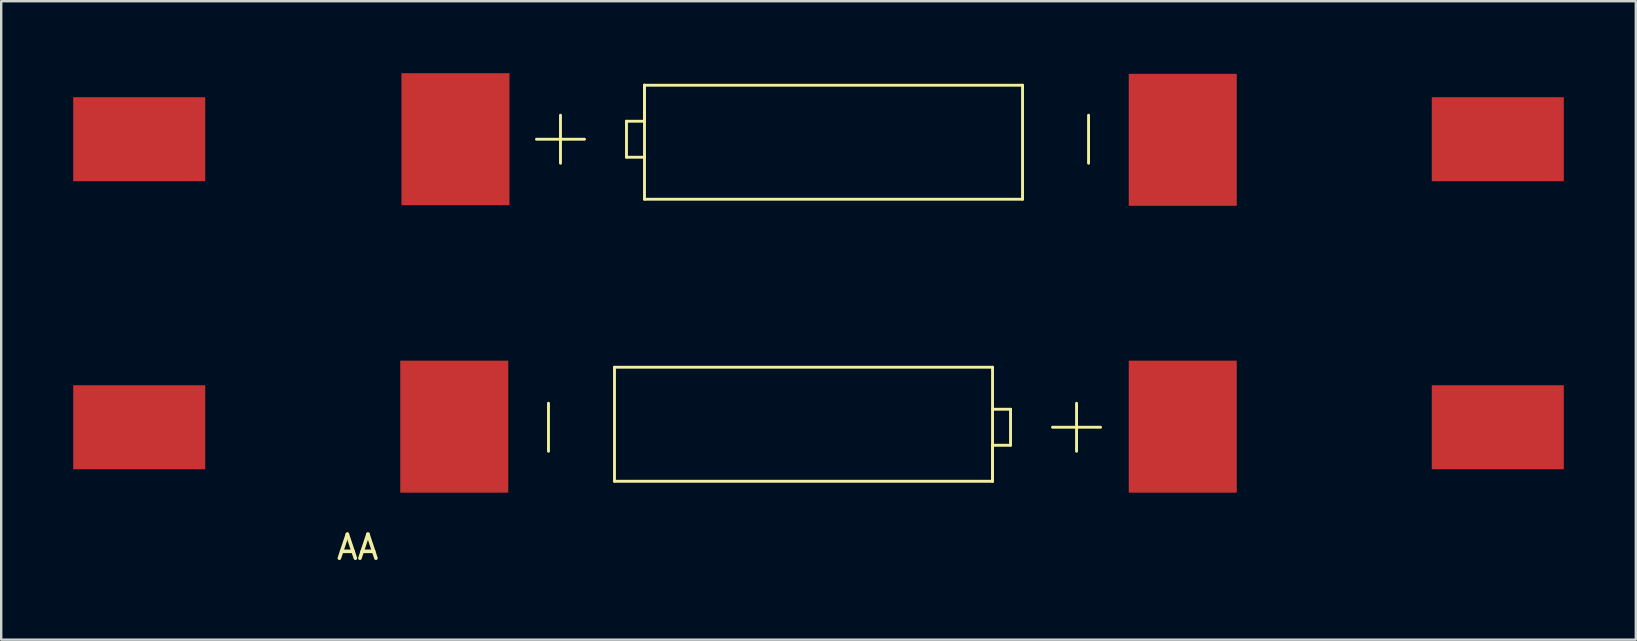
<source format=kicad_pcb>
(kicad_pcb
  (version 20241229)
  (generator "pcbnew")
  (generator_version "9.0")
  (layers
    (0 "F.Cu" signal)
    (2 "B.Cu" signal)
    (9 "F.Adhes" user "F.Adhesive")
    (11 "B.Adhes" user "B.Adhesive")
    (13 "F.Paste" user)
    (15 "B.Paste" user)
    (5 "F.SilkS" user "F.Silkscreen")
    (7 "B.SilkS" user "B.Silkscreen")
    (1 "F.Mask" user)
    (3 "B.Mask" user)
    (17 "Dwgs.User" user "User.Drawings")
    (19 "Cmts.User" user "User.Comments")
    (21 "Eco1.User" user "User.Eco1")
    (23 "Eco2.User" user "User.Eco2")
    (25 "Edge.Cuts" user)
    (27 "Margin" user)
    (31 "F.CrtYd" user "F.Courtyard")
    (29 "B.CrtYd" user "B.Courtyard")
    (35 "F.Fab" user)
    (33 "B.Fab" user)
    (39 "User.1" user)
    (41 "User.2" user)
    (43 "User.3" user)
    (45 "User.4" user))
  (footprint "AA"
    (layer "F.Cu")
    (at 31.05 5.75)
    (property "Reference" "AA" (at -19.2 14 0) (layer "F.SilkS") (effects (font (size 1 1) (thickness 0.15))))
    (attr through_hole)
    (fp_line (start -11.75 -3) (end -9.75 -3) (stroke (width 0.12) (type solid)) (layer "F.SilkS"))
    (fp_line (start -11.25 10) (end -11.25 8) (stroke (width 0.12) (type solid)) (layer "F.SilkS"))
    (fp_line (start -10.75 -4) (end -10.75 -2) (stroke (width 0.12) (type solid)) (layer "F.SilkS"))
    (fp_line (start -8.5 6.5) (end 7.25 6.5) (stroke (width 0.12) (type solid)) (layer "F.SilkS"))
    (fp_line (start -8.5 11.25) (end -8.5 6.5) (stroke (width 0.12) (type solid)) (layer "F.SilkS"))
    (fp_line (start -8 -3.75) (end -8 -2.25) (stroke (width 0.12) (type solid)) (layer "F.SilkS"))
    (fp_line (start -8 -2.25) (end -7.25 -2.25) (stroke (width 0.12) (type solid)) (layer "F.SilkS"))
    (fp_line (start -7.25 -5.25) (end -7.25 -3.75) (stroke (width 0.12) (type solid)) (layer "F.SilkS"))
    (fp_line (start -7.25 -5.25) (end 8.5 -5.25) (stroke (width 0.12) (type solid)) (layer "F.SilkS"))
    (fp_line (start -7.25 -3.75) (end -8 -3.75) (stroke (width 0.12) (type solid)) (layer "F.SilkS"))
    (fp_line (start -7.25 -0.5) (end -7.25 -5.25) (stroke (width 0.12) (type solid)) (layer "F.SilkS"))
    (fp_line (start 7.25 6.5) (end 7.25 11.25) (stroke (width 0.12) (type solid)) (layer "F.SilkS"))
    (fp_line (start 7.25 9.75) (end 8 9.75) (stroke (width 0.12) (type solid)) (layer "F.SilkS"))
    (fp_line (start 7.25 11.25) (end -8.5 11.25) (stroke (width 0.12) (type solid)) (layer "F.SilkS"))
    (fp_line (start 7.25 11.25) (end 7.25 9.75) (stroke (width 0.12) (type solid)) (layer "F.SilkS"))
    (fp_line (start 8 8.25) (end 7.25 8.25) (stroke (width 0.12) (type solid)) (layer "F.SilkS"))
    (fp_line (start 8 9.75) (end 8 8.25) (stroke (width 0.12) (type solid)) (layer "F.SilkS"))
    (fp_line (start 8.5 -5.25) (end 8.5 -0.5) (stroke (width 0.12) (type solid)) (layer "F.SilkS"))
    (fp_line (start 8.5 -0.5) (end -7.25 -0.5) (stroke (width 0.12) (type solid)) (layer "F.SilkS"))
    (fp_line (start 10.75 10) (end 10.75 8) (stroke (width 0.12) (type solid)) (layer "F.SilkS"))
    (fp_line (start 11.25 -4) (end 11.25 -2) (stroke (width 0.12) (type solid)) (layer "F.SilkS"))
    (fp_line (start 11.75 9) (end 9.75 9) (stroke (width 0.12) (type solid)) (layer "F.SilkS"))
    (pad "1" smd rect (at -28.3 -3) (size 5.5 3.5) (layers "F.Cu" "F.Mask" "F.Paste"))
    (pad "1" smd rect (at -15.125 -3) (size 4.5 5.5) (layers "F.Cu" "F.Mask" "F.Paste"))
    (pad "2" smd rect (at 15.175 -2.975) (size 4.5 5.5) (layers "F.Cu" "F.Mask" "F.Paste"))
    (pad "2" smd rect (at 28.3 -3) (size 5.5 3.5) (layers "F.Cu" "F.Mask" "F.Paste"))
    (pad "3" smd rect (at 15.175 8.975 180) (size 4.5 5.5) (layers "F.Cu" "F.Mask" "F.Paste"))
    (pad "3" smd rect (at 28.3 9 180) (size 5.5 3.5) (layers "F.Cu" "F.Mask" "F.Paste"))
    (pad "4" smd rect (at -28.3 9 180) (size 5.5 3.5) (layers "F.Cu" "F.Mask" "F.Paste"))
    (pad "4" smd rect (at -15.175 8.975 180) (size 4.5 5.5) (layers "F.Cu" "F.Mask" "F.Paste")))
  (gr_rect
    (start -3 -3)
    (end 65.1 23.598)
    (stroke (width 0.1) (type default))
    (fill no)
    (layer "Edge.Cuts")))
</source>
